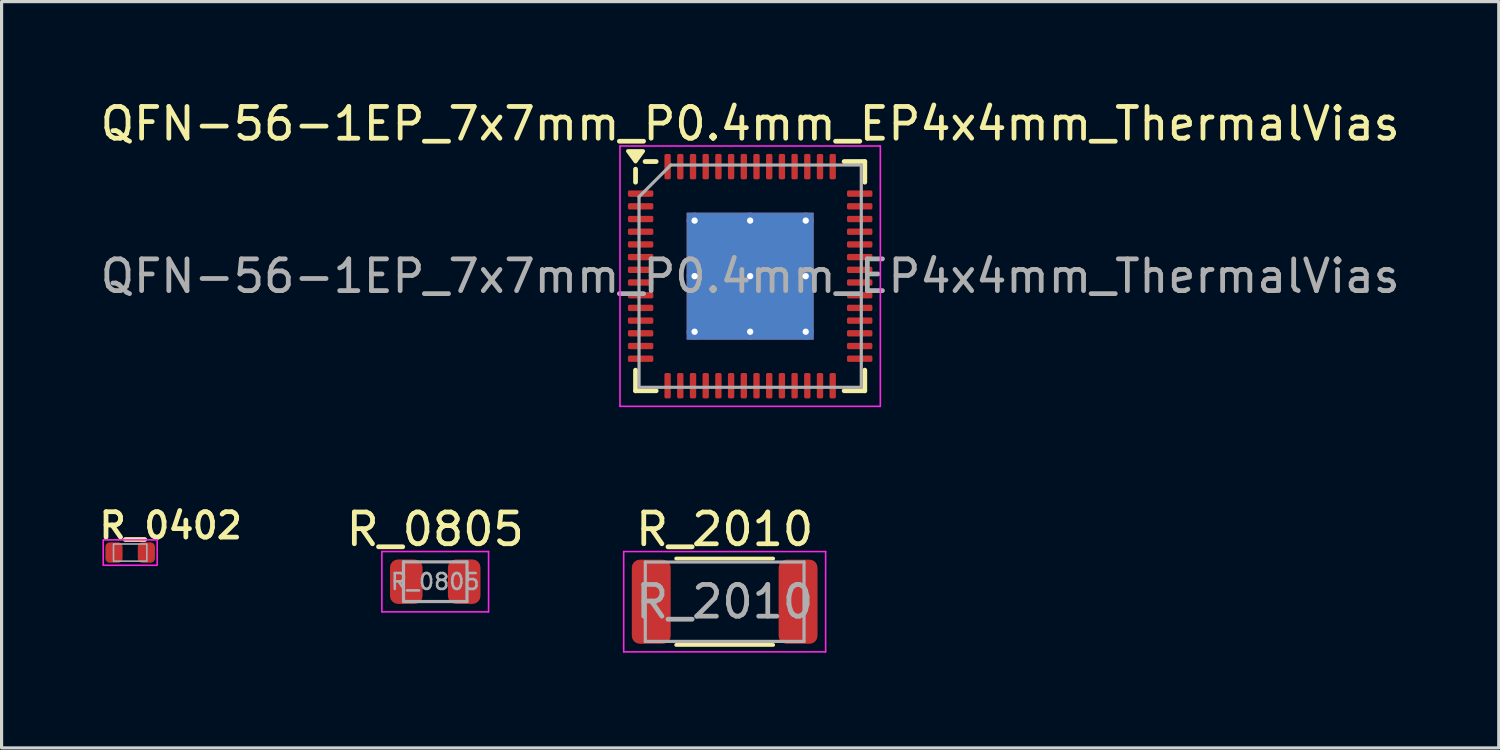
<source format=kicad_pcb>
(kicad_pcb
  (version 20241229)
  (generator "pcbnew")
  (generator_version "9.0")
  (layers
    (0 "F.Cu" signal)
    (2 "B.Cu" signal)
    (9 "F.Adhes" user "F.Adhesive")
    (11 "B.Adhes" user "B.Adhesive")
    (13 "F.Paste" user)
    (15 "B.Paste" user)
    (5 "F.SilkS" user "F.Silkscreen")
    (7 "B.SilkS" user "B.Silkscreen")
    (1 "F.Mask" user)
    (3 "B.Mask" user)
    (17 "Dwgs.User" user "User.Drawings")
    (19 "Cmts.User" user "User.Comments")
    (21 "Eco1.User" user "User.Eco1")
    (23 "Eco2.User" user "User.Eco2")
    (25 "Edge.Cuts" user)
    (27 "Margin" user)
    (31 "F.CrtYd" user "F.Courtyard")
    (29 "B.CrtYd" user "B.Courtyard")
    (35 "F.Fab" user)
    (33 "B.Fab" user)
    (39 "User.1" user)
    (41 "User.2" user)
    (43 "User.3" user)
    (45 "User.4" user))
  (footprint "R_2010"
    (layer "F.Cu")
    (at 19.774 15.902)
    (property "Reference" "R_2010" (at 0 -2.28 0) (layer "F.SilkS") (effects (font (size 1 1) (thickness 0.15))))
    (attr smd)
    (fp_line (start -1.527 -1.36) (end 1.527 -1.36) (stroke (width 0.12) (type solid)) (layer "F.SilkS"))
    (fp_line (start -1.527 1.36) (end 1.527 1.36) (stroke (width 0.12) (type solid)) (layer "F.SilkS"))
    (fp_line (start -3.18 -1.58) (end 3.18 -1.58) (stroke (width 0.05) (type solid)) (layer "F.CrtYd"))
    (fp_line (start -3.18 1.58) (end -3.18 -1.58) (stroke (width 0.05) (type solid)) (layer "F.CrtYd"))
    (fp_line (start 3.18 -1.58) (end 3.18 1.58) (stroke (width 0.05) (type solid)) (layer "F.CrtYd"))
    (fp_line (start 3.18 1.58) (end -3.18 1.58) (stroke (width 0.05) (type solid)) (layer "F.CrtYd"))
    (fp_line (start -2.5 -1.25) (end 2.5 -1.25) (stroke (width 0.1) (type solid)) (layer "F.Fab"))
    (fp_line (start -2.5 1.25) (end -2.5 -1.25) (stroke (width 0.1) (type solid)) (layer "F.Fab"))
    (fp_line (start 2.5 -1.25) (end 2.5 1.25) (stroke (width 0.1) (type solid)) (layer "F.Fab"))
    (fp_line (start 2.5 1.25) (end -2.5 1.25) (stroke (width 0.1) (type solid)) (layer "F.Fab"))
    (fp_text user "${REFERENCE}" (at 0 0 0) (layer "F.Fab") (effects (font (size 1 1) (thickness 0.15))))
    (pad "1" smd roundrect (at -2.312 0) (size 1.225 2.65) (layers "F.Cu" "F.Mask" "F.Paste") (roundrect_rratio 0.204))
    (pad "2" smd roundrect (at 2.312 0) (size 1.225 2.65) (layers "F.Cu" "F.Mask" "F.Paste") (roundrect_rratio 0.204)))
  (footprint "R_0402"
    (layer "F.Cu")
    (at 1.05 14.354)
    (property "Reference" "R_0402" (at -1.05 -0.85 0) (layer "F.SilkS") (effects (font (size 0.8 0.8) (thickness 0.15)) (justify left)))
    (attr smd allow_soldermask_bridges)
    (fp_rect (start -0.85 -0.4) (end 0.85 0.4) (stroke (width 0.05) (type solid)) (fill no) (layer "F.CrtYd"))
    (fp_rect (start -0.525 -0.27) (end 0.525 0.27) (stroke (width 0.05) (type solid)) (fill no) (layer "F.Fab"))
    (pad "1" smd roundrect (at -0.51 0) (size 0.54 0.64) (layers "F.Cu" "F.Mask" "F.Paste") (roundrect_rratio 0.25))
    (pad "2" smd roundrect (at 0.51 0) (size 0.54 0.64) (layers "F.Cu" "F.Mask" "F.Paste") (roundrect_rratio 0.25)))
  (footprint "R_0805"
    (layer "F.Cu")
    (at 10.658 15.271)
    (property "Reference" "R_0805" (at 0 -1.65 0) (layer "F.SilkS") (effects (font (size 1 1) (thickness 0.15))))
    (attr smd)
    (fp_line (start -1.68 -0.95) (end 1.68 -0.95) (stroke (width 0.05) (type solid)) (layer "F.CrtYd"))
    (fp_line (start -1.68 0.95) (end -1.68 -0.95) (stroke (width 0.05) (type solid)) (layer "F.CrtYd"))
    (fp_line (start 1.68 -0.95) (end 1.68 0.95) (stroke (width 0.05) (type solid)) (layer "F.CrtYd"))
    (fp_line (start 1.68 0.95) (end -1.68 0.95) (stroke (width 0.05) (type solid)) (layer "F.CrtYd"))
    (fp_line (start -1 -0.625) (end 1 -0.625) (stroke (width 0.1) (type solid)) (layer "F.Fab"))
    (fp_line (start -1 0.625) (end -1 -0.625) (stroke (width 0.1) (type solid)) (layer "F.Fab"))
    (fp_line (start 1 -0.625) (end 1 0.625) (stroke (width 0.1) (type solid)) (layer "F.Fab"))
    (fp_line (start 1 0.625) (end -1 0.625) (stroke (width 0.1) (type solid)) (layer "F.Fab"))
    (fp_text user "${REFERENCE}" (at 0 0 0) (layer "F.Fab") (effects (font (size 0.5 0.5) (thickness 0.08))))
    (pad "1" smd roundrect (at -0.912 0) (size 1.025 1.4) (layers "F.Cu" "F.Mask" "F.Paste") (roundrect_rratio 0.244))
    (pad "2" smd roundrect (at 0.912 0) (size 1.025 1.4) (layers "F.Cu" "F.Mask" "F.Paste") (roundrect_rratio 0.244)))
  (footprint "QFN-56-1EP_7x7mm_P0.4mm_EP4x4mm_ThermalVias"
    (layer "F.Cu")
    (at 20.577 5.648)
    (property "Reference" "QFN-56-1EP_7x7mm_P0.4mm_EP4x4mm_ThermalVias" (at 0 -4.8 0) (layer "F.SilkS") (effects (font (size 1 1) (thickness 0.15))))
    (attr smd)
    (fp_line (start -3.61 -2.96) (end -3.61 -3.37) (stroke (width 0.15) (type solid)) (layer "F.SilkS"))
    (fp_line (start -3.61 3.61) (end -3.61 2.96) (stroke (width 0.15) (type solid)) (layer "F.SilkS"))
    (fp_line (start -2.96 -3.61) (end -3.31 -3.61) (stroke (width 0.15) (type solid)) (layer "F.SilkS"))
    (fp_line (start -2.96 3.61) (end -3.61 3.61) (stroke (width 0.15) (type solid)) (layer "F.SilkS"))
    (fp_line (start 2.96 -3.61) (end 3.61 -3.61) (stroke (width 0.15) (type solid)) (layer "F.SilkS"))
    (fp_line (start 2.96 3.61) (end 3.61 3.61) (stroke (width 0.15) (type solid)) (layer "F.SilkS"))
    (fp_line (start 3.61 -3.61) (end 3.61 -2.96) (stroke (width 0.15) (type solid)) (layer "F.SilkS"))
    (fp_line (start 3.61 3.61) (end 3.61 2.96) (stroke (width 0.15) (type solid)) (layer "F.SilkS"))
    (fp_poly (pts (xy -3.61 -3.61) (xy -3.85 -3.94) (xy -3.37 -3.94) (xy -3.61 -3.61)) (stroke (width 0.12) (type solid)) (fill yes) (layer "F.SilkS"))
    (fp_line (start -4.1 -4.1) (end -4.1 4.1) (stroke (width 0.05) (type solid)) (layer "F.CrtYd"))
    (fp_line (start -4.1 4.1) (end 4.1 4.1) (stroke (width 0.05) (type solid)) (layer "F.CrtYd"))
    (fp_line (start 4.1 -4.1) (end -4.1 -4.1) (stroke (width 0.05) (type solid)) (layer "F.CrtYd"))
    (fp_line (start 4.1 4.1) (end 4.1 -4.1) (stroke (width 0.05) (type solid)) (layer "F.CrtYd"))
    (fp_line (start -3.5 -2.5) (end -2.5 -3.5) (stroke (width 0.1) (type solid)) (layer "F.Fab"))
    (fp_line (start -3.5 3.5) (end -3.5 -2.5) (stroke (width 0.1) (type solid)) (layer "F.Fab"))
    (fp_line (start -2.5 -3.5) (end 3.5 -3.5) (stroke (width 0.1) (type solid)) (layer "F.Fab"))
    (fp_line (start 3.5 -3.5) (end 3.5 3.5) (stroke (width 0.1) (type solid)) (layer "F.Fab"))
    (fp_line (start 3.5 3.5) (end -3.5 3.5) (stroke (width 0.1) (type solid)) (layer "F.Fab"))
    (fp_text user "${REFERENCE}" (at 0 0 0) (layer "F.Fab") (effects (font (size 1 1) (thickness 0.15))))
    (pad "" smd roundrect (at -0.88 -0.88) (size 1.55 1.55) (layers "F.Paste") (roundrect_rratio 0.161))
    (pad "" smd roundrect (at -0.88 0.88) (size 1.55 1.55) (layers "F.Paste") (roundrect_rratio 0.161))
    (pad "" smd roundrect (at 0.88 -0.88) (size 1.55 1.55) (layers "F.Paste") (roundrect_rratio 0.161))
    (pad "" smd roundrect (at 0.88 0.88) (size 1.55 1.55) (layers "F.Paste") (roundrect_rratio 0.161))
    (pad "1" smd roundrect (at -3.45 -2.6) (size 0.8 0.2) (layers "F.Cu" "F.Mask" "F.Paste") (roundrect_rratio 0.25))
    (pad "2" smd roundrect (at -3.45 -2.2) (size 0.8 0.2) (layers "F.Cu" "F.Mask" "F.Paste") (roundrect_rratio 0.25))
    (pad "3" smd roundrect (at -3.45 -1.8) (size 0.8 0.2) (layers "F.Cu" "F.Mask" "F.Paste") (roundrect_rratio 0.25))
    (pad "4" smd roundrect (at -3.45 -1.4) (size 0.8 0.2) (layers "F.Cu" "F.Mask" "F.Paste") (roundrect_rratio 0.25))
    (pad "5" smd roundrect (at -3.45 -1) (size 0.8 0.2) (layers "F.Cu" "F.Mask" "F.Paste") (roundrect_rratio 0.25))
    (pad "6" smd roundrect (at -3.45 -0.6) (size 0.8 0.2) (layers "F.Cu" "F.Mask" "F.Paste") (roundrect_rratio 0.25))
    (pad "7" smd roundrect (at -3.45 -0.2) (size 0.8 0.2) (layers "F.Cu" "F.Mask" "F.Paste") (roundrect_rratio 0.25))
    (pad "8" smd roundrect (at -3.45 0.2) (size 0.8 0.2) (layers "F.Cu" "F.Mask" "F.Paste") (roundrect_rratio 0.25))
    (pad "9" smd roundrect (at -3.45 0.6) (size 0.8 0.2) (layers "F.Cu" "F.Mask" "F.Paste") (roundrect_rratio 0.25))
    (pad "10" smd roundrect (at -3.45 1) (size 0.8 0.2) (layers "F.Cu" "F.Mask" "F.Paste") (roundrect_rratio 0.25))
    (pad "11" smd roundrect (at -3.45 1.4) (size 0.8 0.2) (layers "F.Cu" "F.Mask" "F.Paste") (roundrect_rratio 0.25))
    (pad "12" smd roundrect (at -3.45 1.8) (size 0.8 0.2) (layers "F.Cu" "F.Mask" "F.Paste") (roundrect_rratio 0.25))
    (pad "13" smd roundrect (at -3.45 2.2) (size 0.8 0.2) (layers "F.Cu" "F.Mask" "F.Paste") (roundrect_rratio 0.25))
    (pad "14" smd roundrect (at -3.45 2.6) (size 0.8 0.2) (layers "F.Cu" "F.Mask" "F.Paste") (roundrect_rratio 0.25))
    (pad "15" smd roundrect (at -2.6 3.45) (size 0.2 0.8) (layers "F.Cu" "F.Mask" "F.Paste") (roundrect_rratio 0.25))
    (pad "16" smd roundrect (at -2.2 3.45) (size 0.2 0.8) (layers "F.Cu" "F.Mask" "F.Paste") (roundrect_rratio 0.25))
    (pad "17" smd roundrect (at -1.8 3.45) (size 0.2 0.8) (layers "F.Cu" "F.Mask" "F.Paste") (roundrect_rratio 0.25))
    (pad "18" smd roundrect (at -1.4 3.45) (size 0.2 0.8) (layers "F.Cu" "F.Mask" "F.Paste") (roundrect_rratio 0.25))
    (pad "19" smd roundrect (at -1 3.45) (size 0.2 0.8) (layers "F.Cu" "F.Mask" "F.Paste") (roundrect_rratio 0.25))
    (pad "20" smd roundrect (at -0.6 3.45) (size 0.2 0.8) (layers "F.Cu" "F.Mask" "F.Paste") (roundrect_rratio 0.25))
    (pad "21" smd roundrect (at -0.2 3.45) (size 0.2 0.8) (layers "F.Cu" "F.Mask" "F.Paste") (roundrect_rratio 0.25))
    (pad "22" smd roundrect (at 0.2 3.45) (size 0.2 0.8) (layers "F.Cu" "F.Mask" "F.Paste") (roundrect_rratio 0.25))
    (pad "23" smd roundrect (at 0.6 3.45) (size 0.2 0.8) (layers "F.Cu" "F.Mask" "F.Paste") (roundrect_rratio 0.25))
    (pad "24" smd roundrect (at 1 3.45) (size 0.2 0.8) (layers "F.Cu" "F.Mask" "F.Paste") (roundrect_rratio 0.25))
    (pad "25" smd roundrect (at 1.4 3.45) (size 0.2 0.8) (layers "F.Cu" "F.Mask" "F.Paste") (roundrect_rratio 0.25))
    (pad "26" smd roundrect (at 1.8 3.45) (size 0.2 0.8) (layers "F.Cu" "F.Mask" "F.Paste") (roundrect_rratio 0.25))
    (pad "27" smd roundrect (at 2.2 3.45) (size 0.2 0.8) (layers "F.Cu" "F.Mask" "F.Paste") (roundrect_rratio 0.25))
    (pad "28" smd roundrect (at 2.6 3.45) (size 0.2 0.8) (layers "F.Cu" "F.Mask" "F.Paste") (roundrect_rratio 0.25))
    (pad "29" smd roundrect (at 3.45 2.6) (size 0.8 0.2) (layers "F.Cu" "F.Mask" "F.Paste") (roundrect_rratio 0.25))
    (pad "30" smd roundrect (at 3.45 2.2) (size 0.8 0.2) (layers "F.Cu" "F.Mask" "F.Paste") (roundrect_rratio 0.25))
    (pad "31" smd roundrect (at 3.45 1.8) (size 0.8 0.2) (layers "F.Cu" "F.Mask" "F.Paste") (roundrect_rratio 0.25))
    (pad "32" smd roundrect (at 3.45 1.4) (size 0.8 0.2) (layers "F.Cu" "F.Mask" "F.Paste") (roundrect_rratio 0.25))
    (pad "33" smd roundrect (at 3.45 1) (size 0.8 0.2) (layers "F.Cu" "F.Mask" "F.Paste") (roundrect_rratio 0.25))
    (pad "34" smd roundrect (at 3.45 0.6) (size 0.8 0.2) (layers "F.Cu" "F.Mask" "F.Paste") (roundrect_rratio 0.25))
    (pad "35" smd roundrect (at 3.45 0.2) (size 0.8 0.2) (layers "F.Cu" "F.Mask" "F.Paste") (roundrect_rratio 0.25))
    (pad "36" smd roundrect (at 3.45 -0.2) (size 0.8 0.2) (layers "F.Cu" "F.Mask" "F.Paste") (roundrect_rratio 0.25))
    (pad "37" smd roundrect (at 3.45 -0.6) (size 0.8 0.2) (layers "F.Cu" "F.Mask" "F.Paste") (roundrect_rratio 0.25))
    (pad "38" smd roundrect (at 3.45 -1) (size 0.8 0.2) (layers "F.Cu" "F.Mask" "F.Paste") (roundrect_rratio 0.25))
    (pad "39" smd roundrect (at 3.45 -1.4) (size 0.8 0.2) (layers "F.Cu" "F.Mask" "F.Paste") (roundrect_rratio 0.25))
    (pad "40" smd roundrect (at 3.45 -1.8) (size 0.8 0.2) (layers "F.Cu" "F.Mask" "F.Paste") (roundrect_rratio 0.25))
    (pad "41" smd roundrect (at 3.45 -2.2) (size 0.8 0.2) (layers "F.Cu" "F.Mask" "F.Paste") (roundrect_rratio 0.25))
    (pad "42" smd roundrect (at 3.45 -2.6) (size 0.8 0.2) (layers "F.Cu" "F.Mask" "F.Paste") (roundrect_rratio 0.25))
    (pad "43" smd roundrect (at 2.6 -3.45) (size 0.2 0.8) (layers "F.Cu" "F.Mask" "F.Paste") (roundrect_rratio 0.25))
    (pad "44" smd roundrect (at 2.2 -3.45) (size 0.2 0.8) (layers "F.Cu" "F.Mask" "F.Paste") (roundrect_rratio 0.25))
    (pad "45" smd roundrect (at 1.8 -3.45) (size 0.2 0.8) (layers "F.Cu" "F.Mask" "F.Paste") (roundrect_rratio 0.25))
    (pad "46" smd roundrect (at 1.4 -3.45) (size 0.2 0.8) (layers "F.Cu" "F.Mask" "F.Paste") (roundrect_rratio 0.25))
    (pad "47" smd roundrect (at 1 -3.45) (size 0.2 0.8) (layers "F.Cu" "F.Mask" "F.Paste") (roundrect_rratio 0.25))
    (pad "48" smd roundrect (at 0.6 -3.45) (size 0.2 0.8) (layers "F.Cu" "F.Mask" "F.Paste") (roundrect_rratio 0.25))
    (pad "49" smd roundrect (at 0.2 -3.45) (size 0.2 0.8) (layers "F.Cu" "F.Mask" "F.Paste") (roundrect_rratio 0.25))
    (pad "50" smd roundrect (at -0.2 -3.45) (size 0.2 0.8) (layers "F.Cu" "F.Mask" "F.Paste") (roundrect_rratio 0.25))
    (pad "51" smd roundrect (at -0.6 -3.45) (size 0.2 0.8) (layers "F.Cu" "F.Mask" "F.Paste") (roundrect_rratio 0.25))
    (pad "52" smd roundrect (at -1 -3.45) (size 0.2 0.8) (layers "F.Cu" "F.Mask" "F.Paste") (roundrect_rratio 0.25))
    (pad "53" smd roundrect (at -1.4 -3.45) (size 0.2 0.8) (layers "F.Cu" "F.Mask" "F.Paste") (roundrect_rratio 0.25))
    (pad "54" smd roundrect (at -1.8 -3.45) (size 0.2 0.8) (layers "F.Cu" "F.Mask" "F.Paste") (roundrect_rratio 0.25))
    (pad "55" smd roundrect (at -2.2 -3.45) (size 0.2 0.8) (layers "F.Cu" "F.Mask" "F.Paste") (roundrect_rratio 0.25))
    (pad "56" smd roundrect (at -2.6 -3.45) (size 0.2 0.8) (layers "F.Cu" "F.Mask" "F.Paste") (roundrect_rratio 0.25))
    (pad "57" thru_hole circle (at -1.75 -1.75) (size 0.5 0.5) (drill 0.2) (property pad_prop_heatsink) (layers "*.Cu"))
    (pad "57" thru_hole circle (at -1.75 0) (size 0.5 0.5) (drill 0.2) (property pad_prop_heatsink) (layers "*.Cu"))
    (pad "57" thru_hole circle (at -1.75 1.75) (size 0.5 0.5) (drill 0.2) (property pad_prop_heatsink) (layers "*.Cu"))
    (pad "57" thru_hole circle (at 0 -1.75) (size 0.5 0.5) (drill 0.2) (property pad_prop_heatsink) (layers "*.Cu"))
    (pad "57" thru_hole circle (at 0 0) (size 0.5 0.5) (drill 0.2) (property pad_prop_heatsink) (layers "*.Cu"))
    (pad "57" smd rect (at 0 0) (size 4 4) (property pad_prop_heatsink) (layers "F.Cu" "F.Mask"))
    (pad "57" smd rect (at 0 0) (size 4 4) (property pad_prop_heatsink) (layers "B.Cu"))
    (pad "57" thru_hole circle (at 0 1.75) (size 0.5 0.5) (drill 0.2) (property pad_prop_heatsink) (layers "*.Cu"))
    (pad "57" thru_hole circle (at 1.75 -1.75) (size 0.5 0.5) (drill 0.2) (property pad_prop_heatsink) (layers "*.Cu"))
    (pad "57" thru_hole circle (at 1.75 0) (size 0.5 0.5) (drill 0.2) (property pad_prop_heatsink) (layers "*.Cu"))
    (pad "57" thru_hole circle (at 1.75 1.75) (size 0.5 0.5) (drill 0.2) (property pad_prop_heatsink) (layers "*.Cu")))
  (gr_rect
    (start -3 -3)
    (end 44.155 20.506)
    (stroke (width 0.1) (type default))
    (fill no)
    (layer "Edge.Cuts")))
</source>
